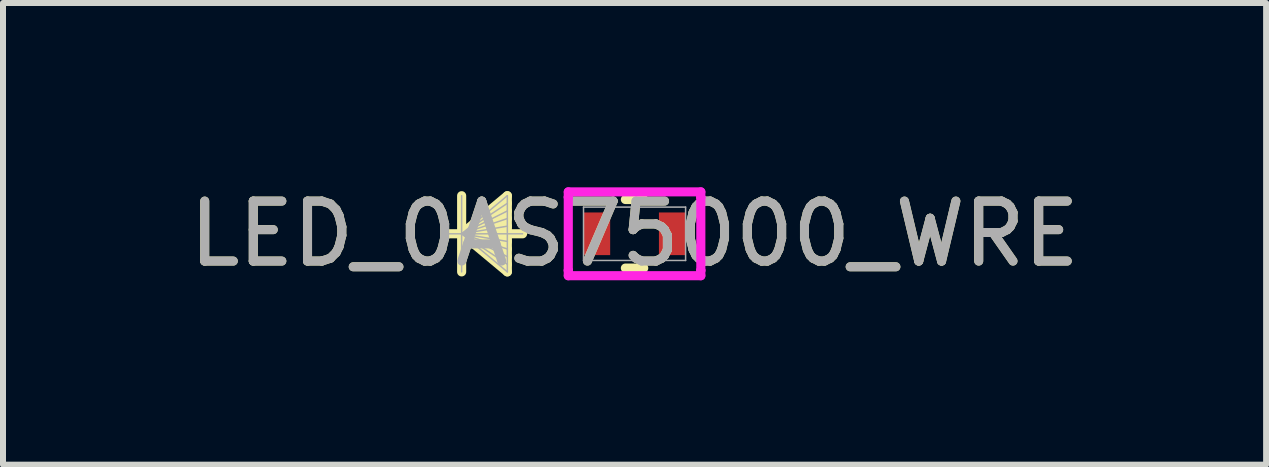
<source format=kicad_pcb>
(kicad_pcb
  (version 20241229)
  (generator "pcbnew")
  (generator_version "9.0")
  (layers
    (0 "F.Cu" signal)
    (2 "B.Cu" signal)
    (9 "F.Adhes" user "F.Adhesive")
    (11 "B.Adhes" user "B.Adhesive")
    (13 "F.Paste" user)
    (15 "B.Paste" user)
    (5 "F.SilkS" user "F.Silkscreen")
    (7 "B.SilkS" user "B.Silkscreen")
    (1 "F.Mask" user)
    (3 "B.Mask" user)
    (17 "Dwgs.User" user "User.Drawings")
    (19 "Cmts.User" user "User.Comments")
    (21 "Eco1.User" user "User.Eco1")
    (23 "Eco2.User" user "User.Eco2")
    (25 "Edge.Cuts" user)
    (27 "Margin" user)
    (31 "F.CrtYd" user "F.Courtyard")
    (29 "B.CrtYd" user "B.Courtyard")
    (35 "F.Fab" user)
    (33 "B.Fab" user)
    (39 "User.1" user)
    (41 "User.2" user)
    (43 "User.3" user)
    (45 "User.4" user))
  (footprint "LED_0AS75000_WRE"
    (layer "F.Cu")
    (at 7.53 0.848)
    (property "Reference" "LED_0AS75000_WRE" (at 0 0 0) (unlocked yes) (layer "F.SilkS") (effects (font (size 1 1) (thickness 0.15))))
    (attr smd)
    (fp_line (start -2.883 -0.635) (end -2.883 0.635) (stroke (width 0.152) (type solid)) (layer "F.SilkS"))
    (fp_line (start -2.883 0) (end -2.121 -0.635) (stroke (width 0.152) (type solid)) (layer "F.SilkS"))
    (fp_line (start -2.883 0) (end -2.121 -0.508) (stroke (width 0.152) (type solid)) (layer "F.SilkS"))
    (fp_line (start -2.883 0) (end -2.121 -0.381) (stroke (width 0.152) (type solid)) (layer "F.SilkS"))
    (fp_line (start -2.883 0) (end -2.121 -0.254) (stroke (width 0.152) (type solid)) (layer "F.SilkS"))
    (fp_line (start -2.883 0) (end -2.121 -0.127) (stroke (width 0.152) (type solid)) (layer "F.SilkS"))
    (fp_line (start -2.883 0) (end -2.121 0.127) (stroke (width 0.152) (type solid)) (layer "F.SilkS"))
    (fp_line (start -2.883 0) (end -2.121 0.254) (stroke (width 0.152) (type solid)) (layer "F.SilkS"))
    (fp_line (start -2.883 0) (end -2.121 0.381) (stroke (width 0.152) (type solid)) (layer "F.SilkS"))
    (fp_line (start -2.883 0) (end -2.121 0.508) (stroke (width 0.152) (type solid)) (layer "F.SilkS"))
    (fp_line (start -2.883 0) (end -2.121 0.635) (stroke (width 0.152) (type solid)) (layer "F.SilkS"))
    (fp_line (start -2.121 -0.635) (end -2.121 0.635) (stroke (width 0.152) (type solid)) (layer "F.SilkS"))
    (fp_line (start -1.867 0) (end -3.137 0) (stroke (width 0.152) (type solid)) (layer "F.SilkS"))
    (fp_line (start -0.153 0.572) (end 0.153 0.572) (stroke (width 0.152) (type solid)) (layer "F.SilkS"))
    (fp_line (start 0.153 -0.572) (end -0.153 -0.572) (stroke (width 0.152) (type solid)) (layer "F.SilkS"))
    (fp_line (start -1.105 -0.699) (end 1.105 -0.699) (stroke (width 0.152) (type solid)) (layer "F.CrtYd"))
    (fp_line (start -1.105 -0.61) (end -1.105 -0.699) (stroke (width 0.152) (type solid)) (layer "F.CrtYd"))
    (fp_line (start -1.105 -0.61) (end -1.105 -0.61) (stroke (width 0.152) (type solid)) (layer "F.CrtYd"))
    (fp_line (start -1.105 0.61) (end -1.105 -0.61) (stroke (width 0.152) (type solid)) (layer "F.CrtYd"))
    (fp_line (start -1.105 0.61) (end -1.105 0.61) (stroke (width 0.152) (type solid)) (layer "F.CrtYd"))
    (fp_line (start -1.105 0.699) (end -1.105 0.61) (stroke (width 0.152) (type solid)) (layer "F.CrtYd"))
    (fp_line (start 1.105 -0.699) (end 1.105 -0.61) (stroke (width 0.152) (type solid)) (layer "F.CrtYd"))
    (fp_line (start 1.105 -0.61) (end 1.105 -0.61) (stroke (width 0.152) (type solid)) (layer "F.CrtYd"))
    (fp_line (start 1.105 -0.61) (end 1.105 0.61) (stroke (width 0.152) (type solid)) (layer "F.CrtYd"))
    (fp_line (start 1.105 0.61) (end 1.105 0.61) (stroke (width 0.152) (type solid)) (layer "F.CrtYd"))
    (fp_line (start 1.105 0.61) (end 1.105 0.699) (stroke (width 0.152) (type solid)) (layer "F.CrtYd"))
    (fp_line (start 1.105 0.699) (end -1.105 0.699) (stroke (width 0.152) (type solid)) (layer "F.CrtYd"))
    (fp_line (start -2.883 -0.635) (end -2.883 0.635) (stroke (width 0.025) (type solid)) (layer "F.Fab"))
    (fp_line (start -2.883 0) (end -2.121 -0.635) (stroke (width 0.025) (type solid)) (layer "F.Fab"))
    (fp_line (start -2.883 0) (end -2.121 -0.508) (stroke (width 0.025) (type solid)) (layer "F.Fab"))
    (fp_line (start -2.883 0) (end -2.121 -0.381) (stroke (width 0.025) (type solid)) (layer "F.Fab"))
    (fp_line (start -2.883 0) (end -2.121 -0.254) (stroke (width 0.025) (type solid)) (layer "F.Fab"))
    (fp_line (start -2.883 0) (end -2.121 -0.127) (stroke (width 0.025) (type solid)) (layer "F.Fab"))
    (fp_line (start -2.883 0) (end -2.121 0.127) (stroke (width 0.025) (type solid)) (layer "F.Fab"))
    (fp_line (start -2.883 0) (end -2.121 0.254) (stroke (width 0.025) (type solid)) (layer "F.Fab"))
    (fp_line (start -2.883 0) (end -2.121 0.381) (stroke (width 0.025) (type solid)) (layer "F.Fab"))
    (fp_line (start -2.883 0) (end -2.121 0.508) (stroke (width 0.025) (type solid)) (layer "F.Fab"))
    (fp_line (start -2.883 0) (end -2.121 0.635) (stroke (width 0.025) (type solid)) (layer "F.Fab"))
    (fp_line (start -2.121 -0.635) (end -2.121 0.635) (stroke (width 0.025) (type solid)) (layer "F.Fab"))
    (fp_line (start -1.867 0) (end -3.137 0) (stroke (width 0.025) (type solid)) (layer "F.Fab"))
    (fp_line (start -0.851 -0.445) (end -0.851 0.445) (stroke (width 0.025) (type solid)) (layer "F.Fab"))
    (fp_line (start -0.851 0.445) (end 0.851 0.445) (stroke (width 0.025) (type solid)) (layer "F.Fab"))
    (fp_line (start 0.851 -0.445) (end -0.851 -0.445) (stroke (width 0.025) (type solid)) (layer "F.Fab"))
    (fp_line (start 0.851 0.445) (end 0.851 -0.445) (stroke (width 0.025) (type solid)) (layer "F.Fab"))
    (fp_text user "${REFERENCE}" (at 0 0 0) (unlocked yes) (layer "F.Fab") (effects (font (size 1 1) (thickness 0.15))))
    (pad "1" smd rect (at -0.629 0) (size 0.445 0.711) (layers "F.Cu" "F.Mask" "F.Paste"))
    (pad "2" smd rect (at 0.629 0) (size 0.445 0.711) (layers "F.Cu" "F.Mask" "F.Paste"))
    (zone (net_name "") (layer "F.Cu") (hatch full 0.508) (connect_pads) (min_thickness 0.254) (filled_areas_thickness no) (keepout (tracks not_allowed) (vias not_allowed) (pads allowed) (copperpour not_allowed) (footprints allowed)) (placement (enabled no)) (fill) (polygon (pts (xy 7.174 0.455) (xy 7.885 0.455) (xy 7.885 1.242) (xy 7.174 1.242)))))
  (gr_rect
    (start -3 -3)
    (end 18.06 4.697)
    (stroke (width 0.1) (type default))
    (fill no)
    (layer "Edge.Cuts")))
</source>
